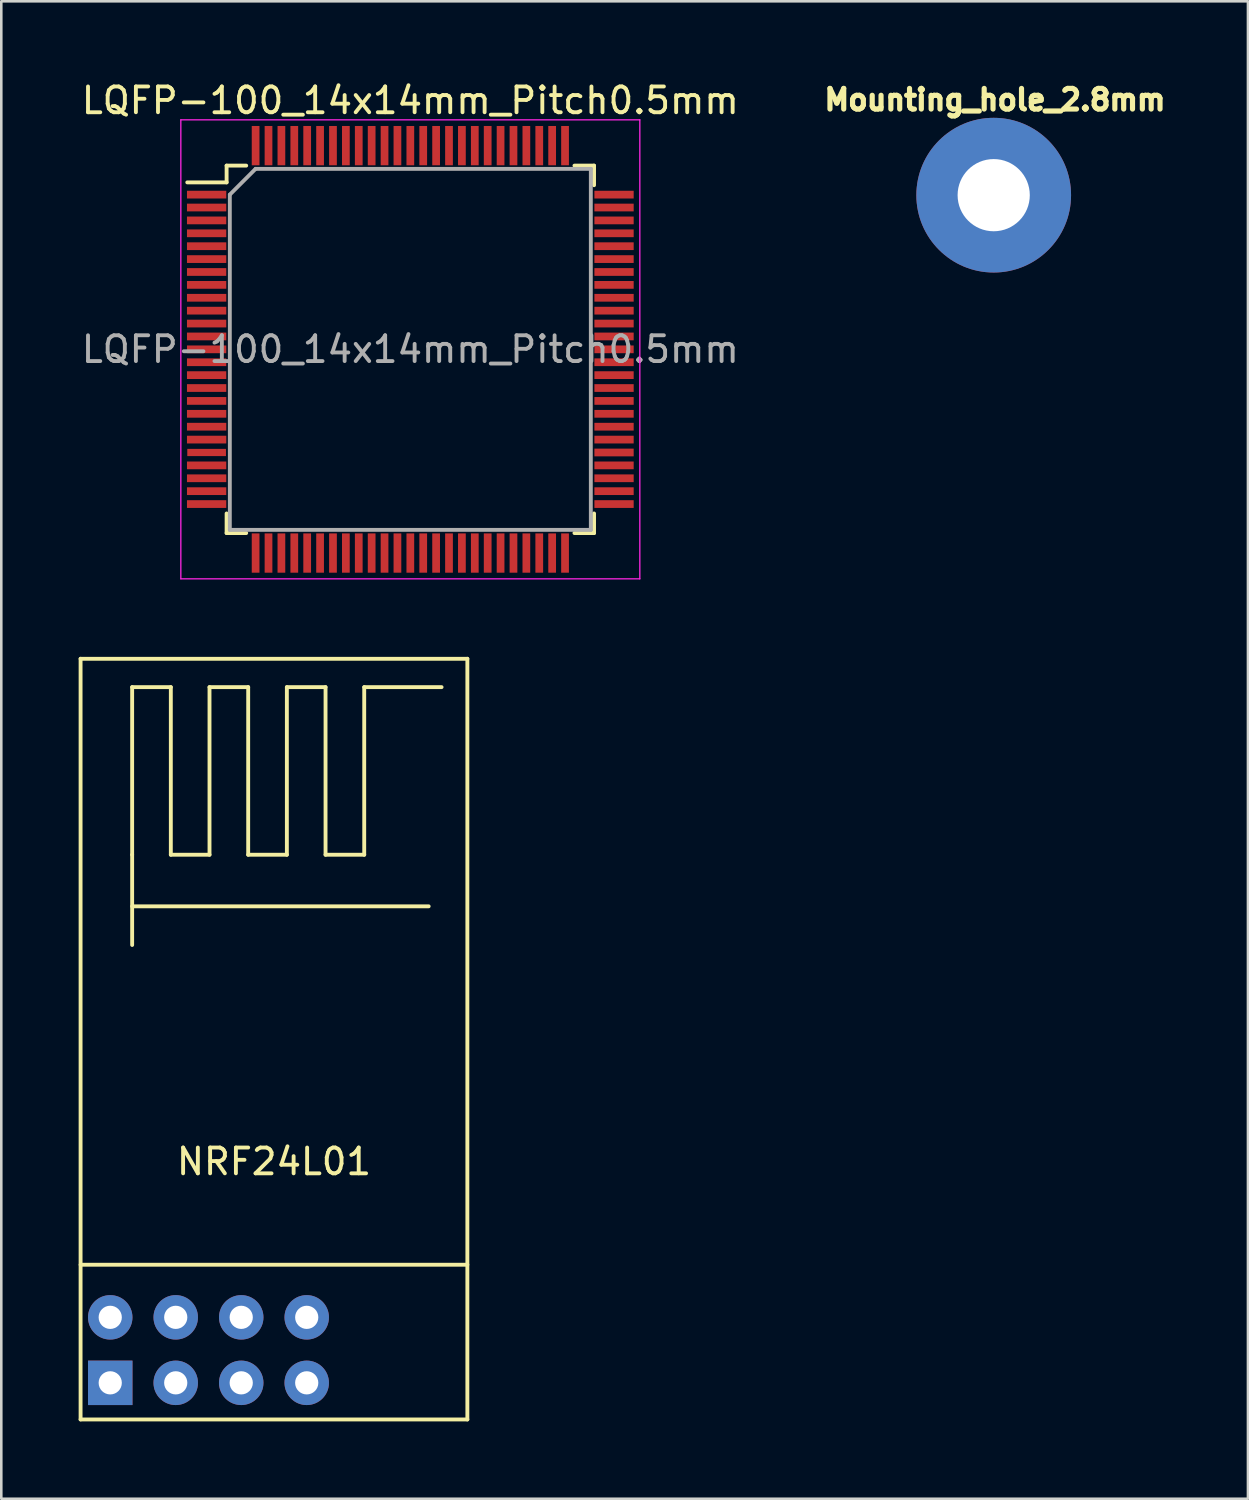
<source format=kicad_pcb>
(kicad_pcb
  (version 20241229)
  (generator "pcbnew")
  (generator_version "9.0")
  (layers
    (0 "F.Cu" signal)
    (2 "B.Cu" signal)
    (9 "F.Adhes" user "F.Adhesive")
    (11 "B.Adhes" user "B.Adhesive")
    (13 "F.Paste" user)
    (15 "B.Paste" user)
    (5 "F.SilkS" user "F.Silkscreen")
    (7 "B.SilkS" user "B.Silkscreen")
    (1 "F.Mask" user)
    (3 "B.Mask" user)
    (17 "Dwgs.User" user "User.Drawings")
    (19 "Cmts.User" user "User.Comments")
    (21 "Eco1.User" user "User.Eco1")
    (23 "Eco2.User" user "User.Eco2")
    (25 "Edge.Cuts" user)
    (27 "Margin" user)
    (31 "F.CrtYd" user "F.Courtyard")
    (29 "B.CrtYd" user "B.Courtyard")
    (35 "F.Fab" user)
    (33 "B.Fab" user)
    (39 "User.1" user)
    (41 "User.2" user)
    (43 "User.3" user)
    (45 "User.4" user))
  (footprint "Mounting_hole_2.8mm"
    (layer "F.Cu")
    (at 35.487 4.519)
    (property "Reference" "Mounting_hole_2.8mm" (at 0.05 -3.7 0) (layer "F.SilkS") (effects (font (size 0.8 0.8) (thickness 0.2))))
    (attr through_hole)
    (pad "1" thru_hole circle (at 0 0) (size 6 6) (drill 2.8) (layers "*.Cu" "*.Mask")))
  (footprint "LQFP-100_14x14mm_Pitch0.5mm"
    (layer "F.Cu")
    (at 12.863 10.498)
    (property "Reference" "LQFP-100_14x14mm_Pitch0.5mm" (at 0 -9.65 0) (layer "F.SilkS") (effects (font (size 1 1) (thickness 0.15))))
    (attr smd)
    (fp_line (start -7.125 -7.125) (end -7.125 -6.475) (stroke (width 0.15) (type solid)) (layer "F.SilkS"))
    (fp_line (start -7.125 -7.125) (end -6.365 -7.125) (stroke (width 0.15) (type solid)) (layer "F.SilkS"))
    (fp_line (start -7.125 -6.475) (end -8.65 -6.475) (stroke (width 0.15) (type solid)) (layer "F.SilkS"))
    (fp_line (start -7.125 7.125) (end -7.125 6.365) (stroke (width 0.15) (type solid)) (layer "F.SilkS"))
    (fp_line (start -7.125 7.125) (end -6.365 7.125) (stroke (width 0.15) (type solid)) (layer "F.SilkS"))
    (fp_line (start 7.125 -7.125) (end 6.365 -7.125) (stroke (width 0.15) (type solid)) (layer "F.SilkS"))
    (fp_line (start 7.125 -7.125) (end 7.125 -6.365) (stroke (width 0.15) (type solid)) (layer "F.SilkS"))
    (fp_line (start 7.125 7.125) (end 6.365 7.125) (stroke (width 0.15) (type solid)) (layer "F.SilkS"))
    (fp_line (start 7.125 7.125) (end 7.125 6.365) (stroke (width 0.15) (type solid)) (layer "F.SilkS"))
    (fp_line (start -8.9 -8.9) (end -8.9 8.9) (stroke (width 0.05) (type solid)) (layer "F.CrtYd"))
    (fp_line (start -8.9 -8.9) (end 8.9 -8.9) (stroke (width 0.05) (type solid)) (layer "F.CrtYd"))
    (fp_line (start -8.9 8.9) (end 8.9 8.9) (stroke (width 0.05) (type solid)) (layer "F.CrtYd"))
    (fp_line (start 8.9 -8.9) (end 8.9 8.9) (stroke (width 0.05) (type solid)) (layer "F.CrtYd"))
    (fp_line (start -7 -6) (end -6 -7) (stroke (width 0.15) (type solid)) (layer "F.Fab"))
    (fp_line (start -7 7) (end -7 -6) (stroke (width 0.15) (type solid)) (layer "F.Fab"))
    (fp_line (start -6 -7) (end 7 -7) (stroke (width 0.15) (type solid)) (layer "F.Fab"))
    (fp_line (start 7 -7) (end 7 7) (stroke (width 0.15) (type solid)) (layer "F.Fab"))
    (fp_line (start 7 7) (end -7 7) (stroke (width 0.15) (type solid)) (layer "F.Fab"))
    (fp_text user "${REFERENCE}" (at 0 0 0) (layer "F.Fab") (effects (font (size 1 1) (thickness 0.15))))
    (pad "1" smd rect (at -7.9 -6) (size 1.524 0.3) (layers "F.Cu" "F.Mask" "F.Paste"))
    (pad "2" smd rect (at -7.9 -5.5) (size 1.524 0.3) (layers "F.Cu" "F.Mask" "F.Paste"))
    (pad "3" smd rect (at -7.9 -5) (size 1.524 0.3) (layers "F.Cu" "F.Mask" "F.Paste"))
    (pad "4" smd rect (at -7.9 -4.5) (size 1.524 0.3) (layers "F.Cu" "F.Mask" "F.Paste"))
    (pad "5" smd rect (at -7.9 -4) (size 1.524 0.3) (layers "F.Cu" "F.Mask" "F.Paste"))
    (pad "6" smd rect (at -7.9 -3.5) (size 1.524 0.3) (layers "F.Cu" "F.Mask" "F.Paste"))
    (pad "7" smd rect (at -7.9 -3) (size 1.524 0.3) (layers "F.Cu" "F.Mask" "F.Paste"))
    (pad "8" smd rect (at -7.9 -2.5) (size 1.524 0.3) (layers "F.Cu" "F.Mask" "F.Paste"))
    (pad "9" smd rect (at -7.9 -2) (size 1.524 0.3) (layers "F.Cu" "F.Mask" "F.Paste"))
    (pad "10" smd rect (at -7.9 -1.5) (size 1.524 0.3) (layers "F.Cu" "F.Mask" "F.Paste"))
    (pad "11" smd rect (at -7.9 -1) (size 1.524 0.3) (layers "F.Cu" "F.Mask" "F.Paste"))
    (pad "12" smd rect (at -7.9 -0.5) (size 1.524 0.3) (layers "F.Cu" "F.Mask" "F.Paste"))
    (pad "13" smd rect (at -7.9 0) (size 1.524 0.3) (layers "F.Cu" "F.Mask" "F.Paste"))
    (pad "14" smd rect (at -7.9 0.5) (size 1.524 0.3) (layers "F.Cu" "F.Mask" "F.Paste"))
    (pad "15" smd rect (at -7.9 1) (size 1.524 0.3) (layers "F.Cu" "F.Mask" "F.Paste"))
    (pad "16" smd rect (at -7.9 1.5) (size 1.524 0.3) (layers "F.Cu" "F.Mask" "F.Paste"))
    (pad "17" smd rect (at -7.9 2) (size 1.524 0.3) (layers "F.Cu" "F.Mask" "F.Paste"))
    (pad "18" smd rect (at -7.9 2.5) (size 1.524 0.3) (layers "F.Cu" "F.Mask" "F.Paste"))
    (pad "19" smd rect (at -7.9 3) (size 1.524 0.3) (layers "F.Cu" "F.Mask" "F.Paste"))
    (pad "20" smd rect (at -7.9 3.5) (size 1.524 0.3) (layers "F.Cu" "F.Mask" "F.Paste"))
    (pad "21" smd rect (at -7.9 4) (size 1.5 0.28) (layers "F.Cu" "F.Mask" "F.Paste"))
    (pad "22" smd rect (at -7.9 4.5) (size 1.524 0.3) (layers "F.Cu" "F.Mask" "F.Paste"))
    (pad "23" smd rect (at -7.9 5) (size 1.524 0.3) (layers "F.Cu" "F.Mask" "F.Paste"))
    (pad "24" smd rect (at -7.9 5.5) (size 1.524 0.3) (layers "F.Cu" "F.Mask" "F.Paste"))
    (pad "25" smd rect (at -7.9 6) (size 1.524 0.3) (layers "F.Cu" "F.Mask" "F.Paste"))
    (pad "26" smd rect (at -6 7.9 90) (size 1.524 0.3) (layers "F.Cu" "F.Mask" "F.Paste"))
    (pad "27" smd rect (at -5.5 7.9 90) (size 1.524 0.3) (layers "F.Cu" "F.Mask" "F.Paste"))
    (pad "28" smd rect (at -5 7.9 90) (size 1.524 0.3) (layers "F.Cu" "F.Mask" "F.Paste"))
    (pad "29" smd rect (at -4.5 7.9 90) (size 1.524 0.3) (layers "F.Cu" "F.Mask" "F.Paste"))
    (pad "30" smd rect (at -4 7.9 90) (size 1.524 0.3) (layers "F.Cu" "F.Mask" "F.Paste"))
    (pad "31" smd rect (at -3.5 7.9 90) (size 1.524 0.3) (layers "F.Cu" "F.Mask" "F.Paste"))
    (pad "32" smd rect (at -3 7.9 90) (size 1.524 0.3) (layers "F.Cu" "F.Mask" "F.Paste"))
    (pad "33" smd rect (at -2.5 7.9 90) (size 1.524 0.3) (layers "F.Cu" "F.Mask" "F.Paste"))
    (pad "34" smd rect (at -2 7.9 90) (size 1.524 0.3) (layers "F.Cu" "F.Mask" "F.Paste"))
    (pad "35" smd rect (at -1.5 7.9 90) (size 1.524 0.3) (layers "F.Cu" "F.Mask" "F.Paste"))
    (pad "36" smd rect (at -1 7.9 90) (size 1.524 0.3) (layers "F.Cu" "F.Mask" "F.Paste"))
    (pad "37" smd rect (at -0.5 7.9 90) (size 1.524 0.3) (layers "F.Cu" "F.Mask" "F.Paste"))
    (pad "38" smd rect (at 0 7.9 90) (size 1.524 0.3) (layers "F.Cu" "F.Mask" "F.Paste"))
    (pad "39" smd rect (at 0.5 7.9 90) (size 1.524 0.3) (layers "F.Cu" "F.Mask" "F.Paste"))
    (pad "40" smd rect (at 1 7.9 90) (size 1.524 0.3) (layers "F.Cu" "F.Mask" "F.Paste"))
    (pad "41" smd rect (at 1.5 7.9 90) (size 1.524 0.3) (layers "F.Cu" "F.Mask" "F.Paste"))
    (pad "42" smd rect (at 2 7.9 90) (size 1.524 0.3) (layers "F.Cu" "F.Mask" "F.Paste"))
    (pad "43" smd rect (at 2.5 7.9 90) (size 1.524 0.3) (layers "F.Cu" "F.Mask" "F.Paste"))
    (pad "44" smd rect (at 3 7.9 90) (size 1.524 0.3) (layers "F.Cu" "F.Mask" "F.Paste"))
    (pad "45" smd rect (at 3.5 7.9 90) (size 1.524 0.3) (layers "F.Cu" "F.Mask" "F.Paste"))
    (pad "46" smd rect (at 4 7.9 90) (size 1.524 0.3) (layers "F.Cu" "F.Mask" "F.Paste"))
    (pad "47" smd rect (at 4.5 7.9 90) (size 1.524 0.3) (layers "F.Cu" "F.Mask" "F.Paste"))
    (pad "48" smd rect (at 5 7.9 90) (size 1.524 0.3) (layers "F.Cu" "F.Mask" "F.Paste"))
    (pad "49" smd rect (at 5.5 7.9 90) (size 1.524 0.3) (layers "F.Cu" "F.Mask" "F.Paste"))
    (pad "50" smd rect (at 6 7.9 90) (size 1.524 0.3) (layers "F.Cu" "F.Mask" "F.Paste"))
    (pad "51" smd rect (at 7.9 6) (size 1.524 0.3) (layers "F.Cu" "F.Mask" "F.Paste"))
    (pad "52" smd rect (at 7.9 5.5) (size 1.524 0.3) (layers "F.Cu" "F.Mask" "F.Paste"))
    (pad "53" smd rect (at 7.9 5) (size 1.524 0.3) (layers "F.Cu" "F.Mask" "F.Paste"))
    (pad "54" smd rect (at 7.9 4.5) (size 1.524 0.3) (layers "F.Cu" "F.Mask" "F.Paste"))
    (pad "55" smd rect (at 7.9 4) (size 1.524 0.3) (layers "F.Cu" "F.Mask" "F.Paste"))
    (pad "56" smd rect (at 7.9 3.5) (size 1.524 0.3) (layers "F.Cu" "F.Mask" "F.Paste"))
    (pad "57" smd rect (at 7.9 3) (size 1.524 0.3) (layers "F.Cu" "F.Mask" "F.Paste"))
    (pad "58" smd rect (at 7.9 2.5) (size 1.524 0.3) (layers "F.Cu" "F.Mask" "F.Paste"))
    (pad "59" smd rect (at 7.9 2) (size 1.524 0.3) (layers "F.Cu" "F.Mask" "F.Paste"))
    (pad "60" smd rect (at 7.9 1.5) (size 1.524 0.3) (layers "F.Cu" "F.Mask" "F.Paste"))
    (pad "61" smd rect (at 7.9 1) (size 1.524 0.3) (layers "F.Cu" "F.Mask" "F.Paste"))
    (pad "62" smd rect (at 7.9 0.5) (size 1.524 0.3) (layers "F.Cu" "F.Mask" "F.Paste"))
    (pad "63" smd rect (at 7.9 0) (size 1.524 0.3) (layers "F.Cu" "F.Mask" "F.Paste"))
    (pad "64" smd rect (at 7.9 -0.5) (size 1.524 0.3) (layers "F.Cu" "F.Mask" "F.Paste"))
    (pad "65" smd rect (at 7.9 -1) (size 1.524 0.3) (layers "F.Cu" "F.Mask" "F.Paste"))
    (pad "66" smd rect (at 7.9 -1.5) (size 1.524 0.3) (layers "F.Cu" "F.Mask" "F.Paste"))
    (pad "67" smd rect (at 7.9 -2) (size 1.524 0.3) (layers "F.Cu" "F.Mask" "F.Paste"))
    (pad "68" smd rect (at 7.9 -2.5) (size 1.524 0.3) (layers "F.Cu" "F.Mask" "F.Paste"))
    (pad "69" smd rect (at 7.9 -3) (size 1.524 0.3) (layers "F.Cu" "F.Mask" "F.Paste"))
    (pad "70" smd rect (at 7.9 -3.5) (size 1.524 0.3) (layers "F.Cu" "F.Mask" "F.Paste"))
    (pad "71" smd rect (at 7.9 -4) (size 1.524 0.3) (layers "F.Cu" "F.Mask" "F.Paste"))
    (pad "72" smd rect (at 7.9 -4.5) (size 1.524 0.3) (layers "F.Cu" "F.Mask" "F.Paste"))
    (pad "73" smd rect (at 7.9 -5) (size 1.524 0.3) (layers "F.Cu" "F.Mask" "F.Paste"))
    (pad "74" smd rect (at 7.9 -5.5) (size 1.524 0.3) (layers "F.Cu" "F.Mask" "F.Paste"))
    (pad "75" smd rect (at 7.9 -6) (size 1.524 0.3) (layers "F.Cu" "F.Mask" "F.Paste"))
    (pad "76" smd rect (at 6 -7.9 90) (size 1.524 0.3) (layers "F.Cu" "F.Mask" "F.Paste"))
    (pad "77" smd rect (at 5.5 -7.9 90) (size 1.524 0.3) (layers "F.Cu" "F.Mask" "F.Paste"))
    (pad "78" smd rect (at 5 -7.9 90) (size 1.524 0.3) (layers "F.Cu" "F.Mask" "F.Paste"))
    (pad "79" smd rect (at 4.5 -7.9 90) (size 1.524 0.3) (layers "F.Cu" "F.Mask" "F.Paste"))
    (pad "80" smd rect (at 4 -7.9 90) (size 1.524 0.3) (layers "F.Cu" "F.Mask" "F.Paste"))
    (pad "81" smd rect (at 3.5 -7.9 90) (size 1.524 0.3) (layers "F.Cu" "F.Mask" "F.Paste"))
    (pad "82" smd rect (at 3 -7.9 90) (size 1.524 0.3) (layers "F.Cu" "F.Mask" "F.Paste"))
    (pad "83" smd rect (at 2.5 -7.9 90) (size 1.524 0.3) (layers "F.Cu" "F.Mask" "F.Paste"))
    (pad "84" smd rect (at 2 -7.9 90) (size 1.524 0.3) (layers "F.Cu" "F.Mask" "F.Paste"))
    (pad "85" smd rect (at 1.5 -7.9 90) (size 1.524 0.3) (layers "F.Cu" "F.Mask" "F.Paste"))
    (pad "86" smd rect (at 1 -7.9 90) (size 1.524 0.3) (layers "F.Cu" "F.Mask" "F.Paste"))
    (pad "87" smd rect (at 0.5 -7.9 90) (size 1.524 0.3) (layers "F.Cu" "F.Mask" "F.Paste"))
    (pad "88" smd rect (at 0 -7.9 90) (size 1.524 0.3) (layers "F.Cu" "F.Mask" "F.Paste"))
    (pad "89" smd rect (at -0.5 -7.9 90) (size 1.524 0.3) (layers "F.Cu" "F.Mask" "F.Paste"))
    (pad "90" smd rect (at -1 -7.9 90) (size 1.524 0.3) (layers "F.Cu" "F.Mask" "F.Paste"))
    (pad "91" smd rect (at -1.5 -7.9 90) (size 1.524 0.3) (layers "F.Cu" "F.Mask" "F.Paste"))
    (pad "92" smd rect (at -2 -7.9 90) (size 1.524 0.3) (layers "F.Cu" "F.Mask" "F.Paste"))
    (pad "93" smd rect (at -2.5 -7.9 90) (size 1.524 0.3) (layers "F.Cu" "F.Mask" "F.Paste"))
    (pad "94" smd rect (at -3 -7.9 90) (size 1.524 0.3) (layers "F.Cu" "F.Mask" "F.Paste"))
    (pad "95" smd rect (at -3.5 -7.9 90) (size 1.524 0.3) (layers "F.Cu" "F.Mask" "F.Paste"))
    (pad "96" smd rect (at -4 -7.9 90) (size 1.524 0.3) (layers "F.Cu" "F.Mask" "F.Paste"))
    (pad "97" smd rect (at -4.5 -7.9 90) (size 1.524 0.3) (layers "F.Cu" "F.Mask" "F.Paste"))
    (pad "98" smd rect (at -5 -7.9 90) (size 1.524 0.3) (layers "F.Cu" "F.Mask" "F.Paste"))
    (pad "99" smd rect (at -5.5 -7.9 90) (size 1.524 0.3) (layers "F.Cu" "F.Mask" "F.Paste"))
    (pad "100" smd rect (at -6 -7.9 90) (size 1.524 0.3) (layers "F.Cu" "F.Mask" "F.Paste")))
  (footprint "NRF24L01"
    (layer "F.Cu")
    (at 7.575 45.498)
    (property "Reference" "NRF24L01" (at 0 -3.5 0) (layer "F.SilkS") (effects (font (size 1 1) (thickness 0.15))))
    (attr through_hole)
    (fp_line (start -7.5 -23) (end 7.5 -23) (stroke (width 0.15) (type solid)) (layer "F.SilkS"))
    (fp_line (start -7.5 0.5) (end 7.5 0.5) (stroke (width 0.15) (type solid)) (layer "F.SilkS"))
    (fp_line (start -7.5 6.5) (end -7.5 -23) (stroke (width 0.15) (type solid)) (layer "F.SilkS"))
    (fp_line (start -7.5 6.5) (end 7.5 6.5) (stroke (width 0.15) (type solid)) (layer "F.SilkS"))
    (fp_line (start -5.5 -21.9) (end -5.5 -15.4) (stroke (width 0.15) (type solid)) (layer "F.SilkS"))
    (fp_line (start -5.5 -15.4) (end -5.5 -11.9) (stroke (width 0.15) (type solid)) (layer "F.SilkS"))
    (fp_line (start -4 -21.9) (end -5.5 -21.9) (stroke (width 0.15) (type solid)) (layer "F.SilkS"))
    (fp_line (start -4 -15.4) (end -4 -21.9) (stroke (width 0.15) (type solid)) (layer "F.SilkS"))
    (fp_line (start -2.5 -21.9) (end -2.5 -15.4) (stroke (width 0.15) (type solid)) (layer "F.SilkS"))
    (fp_line (start -2.5 -15.4) (end -4 -15.4) (stroke (width 0.15) (type solid)) (layer "F.SilkS"))
    (fp_line (start -1 -21.9) (end -2.5 -21.9) (stroke (width 0.15) (type solid)) (layer "F.SilkS"))
    (fp_line (start -1 -15.4) (end -1 -21.9) (stroke (width 0.15) (type solid)) (layer "F.SilkS"))
    (fp_line (start 0.5 -21.9) (end 0.5 -15.4) (stroke (width 0.15) (type solid)) (layer "F.SilkS"))
    (fp_line (start 0.5 -15.4) (end -1 -15.4) (stroke (width 0.15) (type solid)) (layer "F.SilkS"))
    (fp_line (start 2 -21.9) (end 0.5 -21.9) (stroke (width 0.15) (type solid)) (layer "F.SilkS"))
    (fp_line (start 2 -15.4) (end 2 -21.9) (stroke (width 0.15) (type solid)) (layer "F.SilkS"))
    (fp_line (start 3.5 -21.9) (end 3.5 -15.4) (stroke (width 0.15) (type solid)) (layer "F.SilkS"))
    (fp_line (start 3.5 -15.4) (end 2 -15.4) (stroke (width 0.15) (type solid)) (layer "F.SilkS"))
    (fp_line (start 6 -13.4) (end -5.5 -13.4) (stroke (width 0.15) (type solid)) (layer "F.SilkS"))
    (fp_line (start 6.5 -21.9) (end 3.5 -21.9) (stroke (width 0.15) (type solid)) (layer "F.SilkS"))
    (fp_line (start 7.5 -23) (end 7.5 6.5) (stroke (width 0.15) (type solid)) (layer "F.SilkS"))
    (pad "1" thru_hole rect (at -6.35 5.08) (size 1.724 1.724) (drill 0.9) (layers "*.Cu" "*.Mask"))
    (pad "2" thru_hole circle (at -6.35 2.54) (size 1.724 1.724) (drill 0.9) (layers "*.Cu" "*.Mask"))
    (pad "3" thru_hole circle (at -3.81 5.08) (size 1.724 1.724) (drill 0.9) (layers "*.Cu" "*.Mask"))
    (pad "4" thru_hole circle (at -3.81 2.54) (size 1.724 1.724) (drill 0.9) (layers "*.Cu" "*.Mask"))
    (pad "5" thru_hole circle (at -1.27 5.08) (size 1.724 1.724) (drill 0.9) (layers "*.Cu" "*.Mask"))
    (pad "6" thru_hole circle (at -1.27 2.54) (size 1.724 1.724) (drill 0.9) (layers "*.Cu" "*.Mask"))
    (pad "7" thru_hole circle (at 1.27 5.08) (size 1.724 1.724) (drill 0.9) (layers "*.Cu" "*.Mask"))
    (pad "8" thru_hole circle (at 1.27 2.54) (size 1.724 1.724) (drill 0.9) (layers "*.Cu" "*.Mask")))
  (gr_rect
    (start -3 -3)
    (end 45.347 55.073)
    (stroke (width 0.1) (type default))
    (fill no)
    (layer "Edge.Cuts")))
</source>
